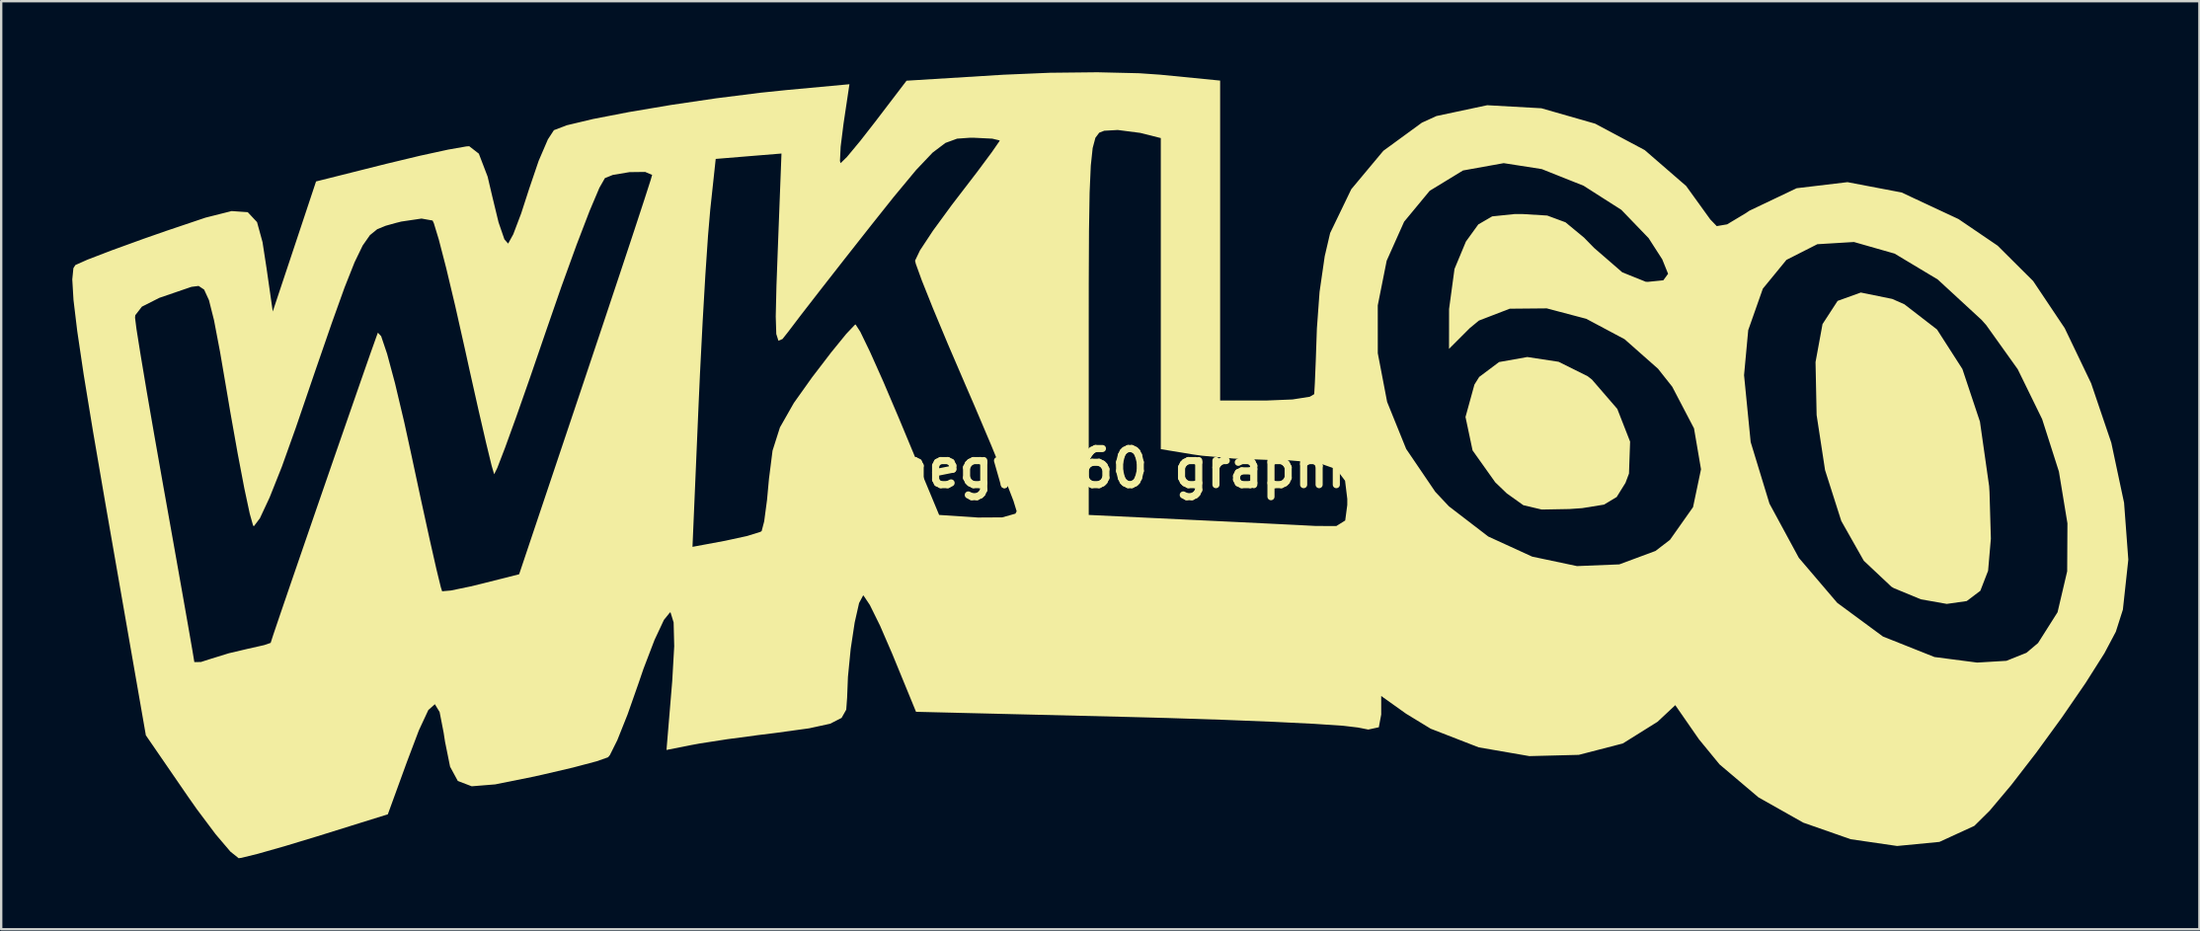
<source format=kicad_pcb>
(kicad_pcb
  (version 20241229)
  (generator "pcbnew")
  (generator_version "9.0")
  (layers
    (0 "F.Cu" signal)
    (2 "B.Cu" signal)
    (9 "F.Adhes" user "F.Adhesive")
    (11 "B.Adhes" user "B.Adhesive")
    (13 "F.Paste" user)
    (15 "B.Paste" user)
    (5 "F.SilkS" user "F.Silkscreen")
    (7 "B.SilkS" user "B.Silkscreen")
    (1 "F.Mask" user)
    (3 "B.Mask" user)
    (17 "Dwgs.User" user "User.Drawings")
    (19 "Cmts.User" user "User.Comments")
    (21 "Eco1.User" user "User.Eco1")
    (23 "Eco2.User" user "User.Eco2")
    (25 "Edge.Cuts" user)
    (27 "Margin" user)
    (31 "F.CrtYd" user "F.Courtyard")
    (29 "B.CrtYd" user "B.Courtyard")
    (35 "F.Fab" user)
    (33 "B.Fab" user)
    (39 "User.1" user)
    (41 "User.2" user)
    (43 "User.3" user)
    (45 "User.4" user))
  (footprint "notnegwkl60 graphic"
    (layer "F.Cu")
    (at 43.072 16.715)
    (property "Reference" "notnegwkl60 graphic" (at 0 0 0) (layer "F.SilkS") (effects (font (size 1.524 1.524) (thickness 0.3))))
    (attr board_only exclude_from_pos_files exclude_from_bom)
    (fp_poly (pts (xy 19.65 -4.496) (xy 20.874 -3.887) (xy 21.056 -3.745) (xy 22.126 -2.507) (xy 22.666 -1.126) (xy 22.619 0.221) (xy 22.47 0.616) (xy 22.099 1.212) (xy 21.567 1.532) (xy 20.645 1.681) (xy 20.104 1.719) (xy 18.937 1.74) (xy 18.162 1.558) (xy 17.461 1.058) (xy 16.976 0.592) (xy 16.018 -0.756) (xy 15.72 -2.166) (xy 16.097 -3.534) (xy 16.298 -3.856) (xy 17.137 -4.485) (xy 18.33 -4.697)) (stroke (width 0) (type solid)) (fill yes) (layer "F.SilkS"))
    (fp_poly (pts (xy 33.727 -7.149) (xy 34.241 -6.922) (xy 35.617 -5.859) (xy 36.688 -4.191) (xy 37.429 -1.97) (xy 37.817 0.752) (xy 37.833 1.011) (xy 37.89 2.97) (xy 37.773 4.324) (xy 37.446 5.169) (xy 36.871 5.603) (xy 36.03 5.723) (xy 34.935 5.529) (xy 33.798 5.059) (xy 33.694 4.998) (xy 32.528 3.902) (xy 31.578 2.224) (xy 30.893 0.076) (xy 30.537 -2.249) (xy 30.491 -4.482) (xy 30.786 -6.087) (xy 31.423 -7.066) (xy 32.402 -7.419)) (stroke (width 0) (type solid)) (fill yes) (layer "F.SilkS"))
    (fp_poly (pts (xy 1.95 -16.674) (xy 2.836 -16.613) (xy 5.366 -16.364) (xy 5.366 -2.862) (xy 7.334 -2.862) (xy 8.419 -2.906) (xy 9.148 -3.02) (xy 9.336 -3.13) (xy 9.363 -3.599) (xy 9.403 -4.575) (xy 9.447 -5.851) (xy 9.449 -5.903) (xy 9.52 -6.877) (xy 12.018 -6.877) (xy 12.019 -4.856) (xy 12.413 -2.802) (xy 13.216 -0.818) (xy 14.445 0.992) (xy 15.02 1.604) (xy 16.681 2.879) (xy 18.533 3.727) (xy 20.426 4.127) (xy 22.211 4.055) (xy 23.737 3.488) (xy 24.349 3.019) (xy 25.322 1.639) (xy 25.658 0.04) (xy 25.363 -1.685) (xy 24.444 -3.443) (xy 24.058 -3.931) (xy 27.475 -3.931) (xy 27.754 -1.108) (xy 28.547 1.49) (xy 29.787 3.779) (xy 31.405 5.676) (xy 33.335 7.099) (xy 35.51 7.965) (xy 37.311 8.199) (xy 38.547 8.125) (xy 39.393 7.786) (xy 39.881 7.374) (xy 40.704 6.075) (xy 41.11 4.347) (xy 41.121 2.323) (xy 40.761 0.137) (xy 40.054 -2.075) (xy 39.023 -4.182) (xy 37.691 -6.047) (xy 37.499 -6.263) (xy 35.647 -7.97) (xy 33.828 -9.061) (xy 32.112 -9.551) (xy 30.567 -9.458) (xy 29.263 -8.796) (xy 28.268 -7.582) (xy 27.651 -5.832) (xy 27.475 -3.931) (xy 24.058 -3.931) (xy 23.845 -4.201) (xy 22.434 -5.448) (xy 20.817 -6.309) (xy 19.149 -6.75) (xy 17.587 -6.736) (xy 16.287 -6.235) (xy 15.903 -5.919) (xy 15.025 -5.041) (xy 15.027 -6.724) (xy 15.256 -8.415) (xy 15.737 -9.57) (xy 16.26 -10.293) (xy 16.846 -10.633) (xy 17.784 -10.73) (xy 18.116 -10.732) (xy 19.17 -10.668) (xy 19.94 -10.383) (xy 20.723 -9.736) (xy 21.148 -9.301) (xy 22.336 -8.272) (xy 23.326 -7.874) (xy 23.418 -7.87) (xy 24.068 -7.935) (xy 24.269 -8.21) (xy 24.023 -8.819) (xy 23.446 -9.716) (xy 22.297 -10.908) (xy 20.704 -11.925) (xy 18.938 -12.629) (xy 17.333 -12.879) (xy 15.616 -12.57) (xy 14.209 -11.712) (xy 13.13 -10.408) (xy 12.394 -8.762) (xy 12.018 -6.877) (xy 9.52 -6.877) (xy 9.562 -7.447) (xy 9.779 -8.949) (xy 10.008 -9.93) (xy 10.9 -11.779) (xy 12.253 -13.4) (xy 13.879 -14.587) (xy 14.495 -14.868) (xy 16.636 -15.324) (xy 18.923 -15.196) (xy 21.193 -14.545) (xy 23.283 -13.431) (xy 25.032 -11.915) (xy 26.049 -10.505) (xy 26.322 -10.222) (xy 26.759 -10.296) (xy 27.547 -10.768) (xy 27.702 -10.873) (xy 29.694 -11.821) (xy 31.839 -12.077) (xy 34.121 -11.642) (xy 36.523 -10.52) (xy 38.176 -9.396) (xy 39.675 -7.903) (xy 41.006 -5.915) (xy 42.121 -3.588) (xy 42.972 -1.079) (xy 43.511 1.454) (xy 43.69 3.854) (xy 43.461 5.964) (xy 43.163 6.898) (xy 42.681 7.807) (xy 41.883 9.067) (xy 40.884 10.52) (xy 39.801 12.007) (xy 38.748 13.37) (xy 37.842 14.448) (xy 37.198 15.085) (xy 37.186 15.094) (xy 35.719 15.768) (xy 33.934 15.94) (xy 31.972 15.654) (xy 29.974 14.955) (xy 28.083 13.888) (xy 26.441 12.497) (xy 25.57 11.435) (xy 24.573 9.997) (xy 23.824 10.698) (xy 22.36 11.613) (xy 20.501 12.094) (xy 18.416 12.147) (xy 16.276 11.777) (xy 14.249 10.99) (xy 13.213 10.358) (xy 12.163 9.61) (xy 12.163 10.392) (xy 12.062 10.93) (xy 11.618 11.026) (xy 11.18 10.94) (xy 10.556 10.866) (xy 9.328 10.784) (xy 7.607 10.699) (xy 5.504 10.615) (xy 3.131 10.538) (xy 1.364 10.491) (xy -7.467 10.277) (xy -8.474 7.823) (xy -8.986 6.64) (xy -9.416 5.769) (xy -9.679 5.375) (xy -9.7 5.367) (xy -9.87 5.688) (xy -10.056 6.51) (xy -10.224 7.62) (xy -10.34 8.805) (xy -10.375 9.681) (xy -10.412 10.186) (xy -10.608 10.534) (xy -11.089 10.78) (xy -11.98 10.974) (xy -13.409 11.171) (xy -14.131 11.26) (xy -15.422 11.432) (xy -16.593 11.614) (xy -16.958 11.681) (xy -17.997 11.887) (xy -17.755 8.984) (xy -17.671 7.508) (xy -17.696 6.506) (xy -17.825 6.087) (xy -17.85 6.082) (xy -18.105 6.398) (xy -18.501 7.242) (xy -18.967 8.459) (xy -19.163 9.033) (xy -19.64 10.39) (xy -20.071 11.471) (xy -20.387 12.106) (xy -20.463 12.196) (xy -20.944 12.365) (xy -21.937 12.628) (xy -23.254 12.936) (xy -23.68 13.029) (xy -25.224 13.34) (xy -26.216 13.42) (xy -26.803 13.196) (xy -27.129 12.594) (xy -27.342 11.541) (xy -27.402 11.153) (xy -27.571 10.286) (xy -27.771 9.956) (xy -28.047 10.202) (xy -28.446 11.059) (xy -28.953 12.399) (xy -29.756 14.603) (xy -32.728 15.53) (xy -34.11 15.949) (xy -35.239 16.269) (xy -35.936 16.441) (xy -36.051 16.456) (xy -36.397 16.18) (xy -37.025 15.442) (xy -37.823 14.377) (xy -38.184 13.863) (xy -39.967 11.269) (xy -41.675 1.482) (xy -42.198 -1.562) (xy -42.592 -3.966) (xy -42.863 -5.794) (xy -42.931 -6.359) (xy -40.424 -6.359) (xy -40.363 -5.88) (xy -40.193 -4.812) (xy -39.935 -3.27) (xy -39.606 -1.371) (xy -39.227 0.772) (xy -39.173 1.073) (xy -38.791 3.213) (xy -38.456 5.101) (xy -38.187 6.627) (xy -38.003 7.683) (xy -37.924 8.161) (xy -37.922 8.177) (xy -37.646 8.176) (xy -37.295 8.063) (xy -36.465 7.806) (xy -35.685 7.622) (xy -34.975 7.462) (xy -34.701 7.368) (xy -34.591 7.027) (xy -34.289 6.137) (xy -33.84 4.824) (xy -33.286 3.214) (xy -32.673 1.435) (xy -32.043 -0.387) (xy -31.439 -2.126) (xy -30.907 -3.656) (xy -30.49 -4.849) (xy -30.23 -5.579) (xy -30.176 -5.724) (xy -30.038 -5.577) (xy -29.787 -4.832) (xy -29.453 -3.589) (xy -29.065 -1.952) (xy -28.764 -0.574) (xy -28.354 1.34) (xy -27.993 2.989) (xy -27.706 4.255) (xy -27.52 5.018) (xy -27.465 5.19) (xy -27.093 5.157) (xy -26.265 4.985) (xy -25.791 4.87) (xy -24.215 4.472) (xy -23.827 3.315) (xy -16.9 3.315) (xy -15.516 3.057) (xy -14.598 2.858) (xy -14.037 2.684) (xy -13.982 2.651) (xy -13.875 2.242) (xy -13.755 1.338) (xy -13.673 0.447) (xy -13.522 -0.744) (xy -13.21 -1.725) (xy -12.623 -2.758) (xy -11.855 -3.837) (xy -11.049 -4.89) (xy -10.408 -5.677) (xy -10.048 -6.056) (xy -10.017 -6.071) (xy -9.819 -5.763) (xy -9.411 -4.92) (xy -8.851 -3.667) (xy -8.198 -2.134) (xy -8.165 -2.055) (xy -6.492 1.968) (xy -4.856 2.077) (xy -3.831 2.071) (xy -3.463 1.968) (xy -0.179 1.968) (xy 3.935 2.165) (xy 5.728 2.251) (xy 7.392 2.332) (xy 8.717 2.398) (xy 9.391 2.433) (xy 10.268 2.437) (xy 10.644 2.202) (xy 10.731 1.548) (xy 10.732 1.294) (xy 10.638 0.525) (xy 10.269 0.036) (xy 9.502 -0.233) (xy 8.211 -0.342) (xy 7.334 -0.357) (xy 5.945 -0.41) (xy 4.596 -0.532) (xy 4.204 -0.587) (xy 2.862 -0.809) (xy 2.862 -13.938) (xy 1.996 -14.156) (xy 1.045 -14.279) (xy 0.475 -14.247) (xy 0.264 -14.165) (xy 0.103 -13.95) (xy -0.013 -13.516) (xy -0.092 -12.775) (xy -0.142 -11.639) (xy -0.168 -10.019) (xy -0.178 -7.828) (xy -0.179 -6.077) (xy -0.179 1.968) (xy -3.463 1.968) (xy -3.274 1.914) (xy -3.22 1.815) (xy -3.356 1.372) (xy -3.732 0.4) (xy -4.297 -0.979) (xy -5 -2.638) (xy -5.365 -3.481) (xy -6.116 -5.228) (xy -6.752 -6.751) (xy -7.222 -7.927) (xy -7.477 -8.632) (xy -7.508 -8.765) (xy -7.301 -9.197) (xy -6.752 -10.029) (xy -5.967 -11.102) (xy -5.721 -11.423) (xy -4.895 -12.499) (xy -4.272 -13.337) (xy -3.955 -13.795) (xy -3.935 -13.838) (xy -4.25 -13.913) (xy -5.025 -13.951) (xy -5.187 -13.952) (xy -5.733 -13.913) (xy -6.226 -13.733) (xy -6.768 -13.323) (xy -7.462 -12.592) (xy -8.411 -11.449) (xy -9.323 -10.304) (xy -10.47 -8.848) (xy -11.506 -7.523) (xy -12.324 -6.468) (xy -12.814 -5.823) (xy -12.836 -5.793) (xy -13.102 -5.456) (xy -13.273 -5.384) (xy -13.364 -5.669) (xy -13.387 -6.408) (xy -13.357 -7.694) (xy -13.305 -9.107) (xy -13.145 -13.285) (xy -14.532 -13.172) (xy -15.92 -13.058) (xy -16.151 -10.911) (xy -16.245 -9.811) (xy -16.356 -8.174) (xy -16.472 -6.179) (xy -16.583 -4.005) (xy -16.641 -2.725) (xy -16.9 3.315) (xy -23.827 3.315) (xy -21.409 -3.887) (xy -20.636 -6.197) (xy -19.944 -8.272) (xy -19.364 -10.022) (xy -18.928 -11.35) (xy -18.666 -12.165) (xy -18.603 -12.384) (xy -18.897 -12.508) (xy -19.559 -12.5) (xy -20.259 -12.383) (xy -20.596 -12.247) (xy -20.829 -11.838) (xy -21.242 -10.862) (xy -21.791 -9.433) (xy -22.433 -7.662) (xy -23.073 -5.816) (xy -23.743 -3.864) (xy -24.335 -2.177) (xy -24.812 -0.86) (xy -25.137 -0.016) (xy -25.269 0.251) (xy -25.377 -0.116) (xy -25.606 -1.057) (xy -25.927 -2.447) (xy -26.312 -4.163) (xy -26.501 -5.023) (xy -26.915 -6.863) (xy -27.293 -8.45) (xy -27.605 -9.655) (xy -27.816 -10.348) (xy -27.868 -10.457) (xy -28.334 -10.54) (xy -29.187 -10.414) (xy -29.414 -10.357) (xy -29.849 -10.236) (xy -30.202 -10.092) (xy -30.511 -9.841) (xy -30.818 -9.402) (xy -31.161 -8.693) (xy -31.582 -7.63) (xy -32.12 -6.133) (xy -32.816 -4.12) (xy -33.645 -1.696) (xy -34.227 -0.069) (xy -34.746 1.234) (xy -35.154 2.107) (xy -35.404 2.44) (xy -35.441 2.419) (xy -35.583 1.916) (xy -35.811 0.849) (xy -36.095 -0.639) (xy -36.409 -2.405) (xy -36.502 -2.956) (xy -36.835 -4.905) (xy -37.091 -6.251) (xy -37.304 -7.096) (xy -37.509 -7.543) (xy -37.741 -7.697) (xy -38.033 -7.66) (xy -38.072 -7.649) (xy -39.394 -7.196) (xy -40.134 -6.822) (xy -40.413 -6.462) (xy -40.424 -6.359) (xy -42.931 -6.359) (xy -43.021 -7.108) (xy -43.072 -7.971) (xy -43.025 -8.446) (xy -42.941 -8.579) (xy -42.429 -8.807) (xy -41.408 -9.199) (xy -40.048 -9.692) (xy -39.101 -10.023) (xy -37.451 -10.579) (xy -36.349 -10.857) (xy -35.667 -10.81) (xy -35.275 -10.39) (xy -35.044 -9.548) (xy -34.875 -8.451) (xy -34.612 -6.618) (xy -33.698 -9.363) (xy -32.785 -12.107) (xy -29.821 -12.851) (xy -28.401 -13.192) (xy -27.21 -13.451) (xy -26.446 -13.585) (xy -26.321 -13.594) (xy -25.916 -13.28) (xy -25.545 -12.312) (xy -25.347 -11.468) (xy -25.083 -10.378) (xy -24.836 -9.663) (xy -24.679 -9.484) (xy -24.464 -9.875) (xy -24.13 -10.755) (xy -23.794 -11.793) (xy -23.392 -12.976) (xy -23.002 -13.882) (xy -22.748 -14.271) (xy -22.206 -14.478) (xy -21.101 -14.741) (xy -19.583 -15.035) (xy -17.8 -15.336) (xy -15.901 -15.616) (xy -14.034 -15.851) (xy -12.919 -15.966) (xy -10.277 -16.21) (xy -10.526 -14.545) (xy -10.648 -13.571) (xy -10.677 -12.971) (xy -10.649 -12.879) (xy -10.383 -13.14) (xy -9.82 -13.818) (xy -9.195 -14.619) (xy -7.867 -16.359) (xy -3.781 -16.611) (xy -1.819 -16.694) (xy 0.186 -16.715)) (stroke (width 0) (type solid)) (fill yes) (layer "F.SilkS")))
  (gr_rect
    (start -3 -3)
    (end 89.762 36.171)
    (stroke (width 0.1) (type default))
    (fill no)
    (layer "Edge.Cuts")))
</source>
